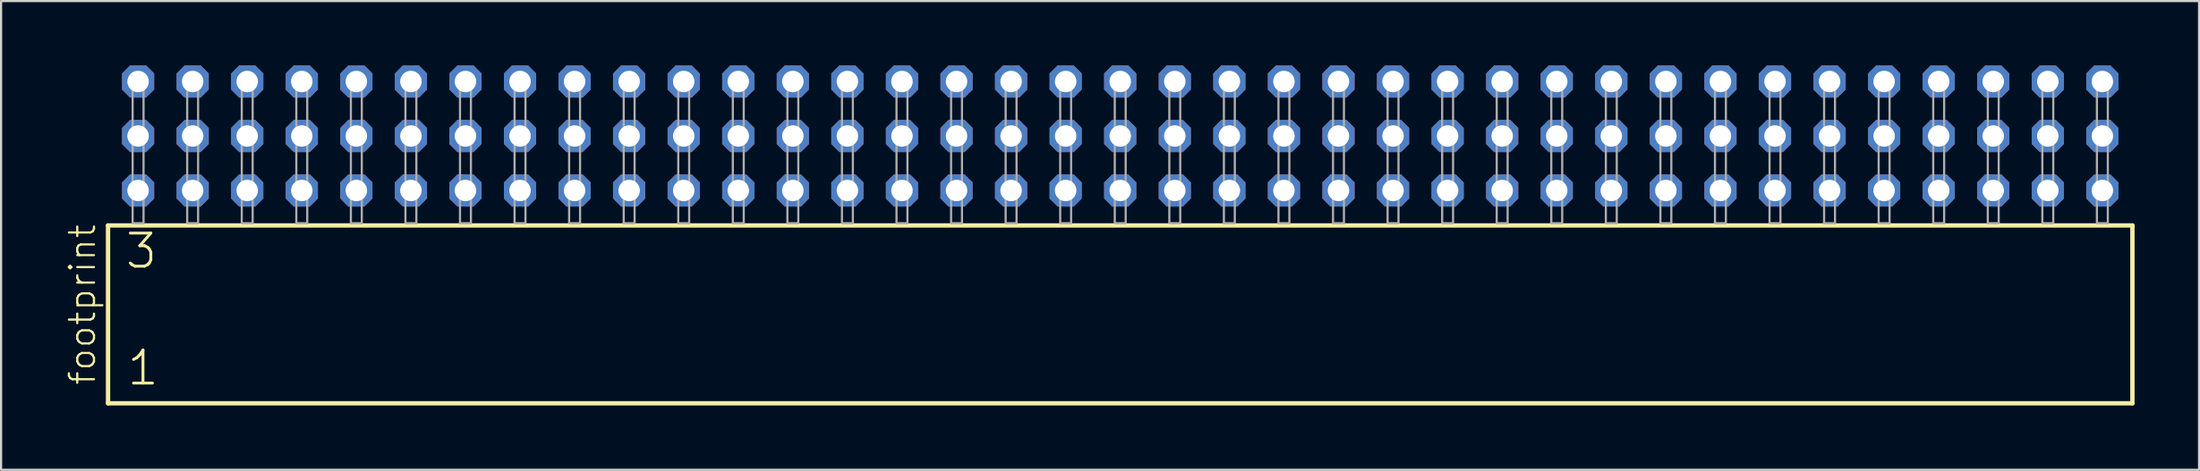
<source format=kicad_pcb>
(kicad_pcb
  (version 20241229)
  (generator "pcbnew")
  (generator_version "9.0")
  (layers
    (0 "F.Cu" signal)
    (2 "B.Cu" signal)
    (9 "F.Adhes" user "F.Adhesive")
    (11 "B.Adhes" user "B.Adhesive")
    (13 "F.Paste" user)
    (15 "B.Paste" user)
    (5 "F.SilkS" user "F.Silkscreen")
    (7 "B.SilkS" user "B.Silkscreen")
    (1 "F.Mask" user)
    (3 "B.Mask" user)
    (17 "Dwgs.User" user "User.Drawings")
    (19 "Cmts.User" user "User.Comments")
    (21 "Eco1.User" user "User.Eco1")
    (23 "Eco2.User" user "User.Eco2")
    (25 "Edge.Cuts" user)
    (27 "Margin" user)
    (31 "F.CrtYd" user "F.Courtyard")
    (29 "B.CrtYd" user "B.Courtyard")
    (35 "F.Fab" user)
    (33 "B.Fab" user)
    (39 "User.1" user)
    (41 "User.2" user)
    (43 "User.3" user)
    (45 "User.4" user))
  (footprint "footprint"
    (layer "F.Cu")
    (at 49.098 7.354)
    (property "Reference" "footprint" (at -47.625 7.62 90) (layer "F.SilkS") (effects (font (size 1.168 1.168) (thickness 0.102)) (justify left bottom)))
    (fp_line (start -47.119 0.106) (end -47.119 8.396) (stroke (width 0.203) (type solid)) (layer "F.SilkS"))
    (fp_line (start -47.119 8.396) (end 47.119 8.396) (stroke (width 0.203) (type solid)) (layer "F.SilkS"))
    (fp_line (start 47.119 0.106) (end -47.119 0.106) (stroke (width 0.203) (type solid)) (layer "F.SilkS"))
    (fp_line (start 47.119 8.396) (end 47.119 0.106) (stroke (width 0.203) (type solid)) (layer "F.SilkS"))
    (fp_poly (pts (xy -45.974 0) (xy -45.466 0) (xy -45.466 -6.858) (xy -45.974 -6.858)) (stroke (width 0.1) (type solid)) (fill no) (layer "F.Fab"))
    (fp_poly (pts (xy -43.434 0) (xy -42.926 0) (xy -42.926 -6.858) (xy -43.434 -6.858)) (stroke (width 0.1) (type solid)) (fill no) (layer "F.Fab"))
    (fp_poly (pts (xy -40.894 0) (xy -40.386 0) (xy -40.386 -6.858) (xy -40.894 -6.858)) (stroke (width 0.1) (type solid)) (fill no) (layer "F.Fab"))
    (fp_poly (pts (xy -38.354 0) (xy -37.846 0) (xy -37.846 -6.858) (xy -38.354 -6.858)) (stroke (width 0.1) (type solid)) (fill no) (layer "F.Fab"))
    (fp_poly (pts (xy -35.814 0) (xy -35.306 0) (xy -35.306 -6.858) (xy -35.814 -6.858)) (stroke (width 0.1) (type solid)) (fill no) (layer "F.Fab"))
    (fp_poly (pts (xy -33.274 0) (xy -32.766 0) (xy -32.766 -6.858) (xy -33.274 -6.858)) (stroke (width 0.1) (type solid)) (fill no) (layer "F.Fab"))
    (fp_poly (pts (xy -30.734 0) (xy -30.226 0) (xy -30.226 -6.858) (xy -30.734 -6.858)) (stroke (width 0.1) (type solid)) (fill no) (layer "F.Fab"))
    (fp_poly (pts (xy -28.194 0) (xy -27.686 0) (xy -27.686 -6.858) (xy -28.194 -6.858)) (stroke (width 0.1) (type solid)) (fill no) (layer "F.Fab"))
    (fp_poly (pts (xy -25.654 0) (xy -25.146 0) (xy -25.146 -6.858) (xy -25.654 -6.858)) (stroke (width 0.1) (type solid)) (fill no) (layer "F.Fab"))
    (fp_poly (pts (xy -23.114 0) (xy -22.606 0) (xy -22.606 -6.858) (xy -23.114 -6.858)) (stroke (width 0.1) (type solid)) (fill no) (layer "F.Fab"))
    (fp_poly (pts (xy -20.574 0) (xy -20.066 0) (xy -20.066 -6.858) (xy -20.574 -6.858)) (stroke (width 0.1) (type solid)) (fill no) (layer "F.Fab"))
    (fp_poly (pts (xy -18.034 0) (xy -17.526 0) (xy -17.526 -6.858) (xy -18.034 -6.858)) (stroke (width 0.1) (type solid)) (fill no) (layer "F.Fab"))
    (fp_poly (pts (xy -15.494 0) (xy -14.986 0) (xy -14.986 -6.858) (xy -15.494 -6.858)) (stroke (width 0.1) (type solid)) (fill no) (layer "F.Fab"))
    (fp_poly (pts (xy -12.954 0) (xy -12.446 0) (xy -12.446 -6.858) (xy -12.954 -6.858)) (stroke (width 0.1) (type solid)) (fill no) (layer "F.Fab"))
    (fp_poly (pts (xy -10.414 0) (xy -9.906 0) (xy -9.906 -6.858) (xy -10.414 -6.858)) (stroke (width 0.1) (type solid)) (fill no) (layer "F.Fab"))
    (fp_poly (pts (xy -7.874 0) (xy -7.366 0) (xy -7.366 -6.858) (xy -7.874 -6.858)) (stroke (width 0.1) (type solid)) (fill no) (layer "F.Fab"))
    (fp_poly (pts (xy -5.334 0) (xy -4.826 0) (xy -4.826 -6.858) (xy -5.334 -6.858)) (stroke (width 0.1) (type solid)) (fill no) (layer "F.Fab"))
    (fp_poly (pts (xy -2.794 0) (xy -2.286 0) (xy -2.286 -6.858) (xy -2.794 -6.858)) (stroke (width 0.1) (type solid)) (fill no) (layer "F.Fab"))
    (fp_poly (pts (xy -0.254 0) (xy 0.254 0) (xy 0.254 -6.858) (xy -0.254 -6.858)) (stroke (width 0.1) (type solid)) (fill no) (layer "F.Fab"))
    (fp_poly (pts (xy 2.286 0) (xy 2.794 0) (xy 2.794 -6.858) (xy 2.286 -6.858)) (stroke (width 0.1) (type solid)) (fill no) (layer "F.Fab"))
    (fp_poly (pts (xy 4.826 0) (xy 5.334 0) (xy 5.334 -6.858) (xy 4.826 -6.858)) (stroke (width 0.1) (type solid)) (fill no) (layer "F.Fab"))
    (fp_poly (pts (xy 7.366 0) (xy 7.874 0) (xy 7.874 -6.858) (xy 7.366 -6.858)) (stroke (width 0.1) (type solid)) (fill no) (layer "F.Fab"))
    (fp_poly (pts (xy 9.906 0) (xy 10.414 0) (xy 10.414 -6.858) (xy 9.906 -6.858)) (stroke (width 0.1) (type solid)) (fill no) (layer "F.Fab"))
    (fp_poly (pts (xy 12.446 0) (xy 12.954 0) (xy 12.954 -6.858) (xy 12.446 -6.858)) (stroke (width 0.1) (type solid)) (fill no) (layer "F.Fab"))
    (fp_poly (pts (xy 14.986 0) (xy 15.494 0) (xy 15.494 -6.858) (xy 14.986 -6.858)) (stroke (width 0.1) (type solid)) (fill no) (layer "F.Fab"))
    (fp_poly (pts (xy 17.526 0) (xy 18.034 0) (xy 18.034 -6.858) (xy 17.526 -6.858)) (stroke (width 0.1) (type solid)) (fill no) (layer "F.Fab"))
    (fp_poly (pts (xy 20.066 0) (xy 20.574 0) (xy 20.574 -6.858) (xy 20.066 -6.858)) (stroke (width 0.1) (type solid)) (fill no) (layer "F.Fab"))
    (fp_poly (pts (xy 22.606 0) (xy 23.114 0) (xy 23.114 -6.858) (xy 22.606 -6.858)) (stroke (width 0.1) (type solid)) (fill no) (layer "F.Fab"))
    (fp_poly (pts (xy 25.146 0) (xy 25.654 0) (xy 25.654 -6.858) (xy 25.146 -6.858)) (stroke (width 0.1) (type solid)) (fill no) (layer "F.Fab"))
    (fp_poly (pts (xy 27.686 0) (xy 28.194 0) (xy 28.194 -6.858) (xy 27.686 -6.858)) (stroke (width 0.1) (type solid)) (fill no) (layer "F.Fab"))
    (fp_poly (pts (xy 30.226 0) (xy 30.734 0) (xy 30.734 -6.858) (xy 30.226 -6.858)) (stroke (width 0.1) (type solid)) (fill no) (layer "F.Fab"))
    (fp_poly (pts (xy 32.766 0) (xy 33.274 0) (xy 33.274 -6.858) (xy 32.766 -6.858)) (stroke (width 0.1) (type solid)) (fill no) (layer "F.Fab"))
    (fp_poly (pts (xy 35.306 0) (xy 35.814 0) (xy 35.814 -6.858) (xy 35.306 -6.858)) (stroke (width 0.1) (type solid)) (fill no) (layer "F.Fab"))
    (fp_poly (pts (xy 37.846 0) (xy 38.354 0) (xy 38.354 -6.858) (xy 37.846 -6.858)) (stroke (width 0.1) (type solid)) (fill no) (layer "F.Fab"))
    (fp_poly (pts (xy 40.386 0) (xy 40.894 0) (xy 40.894 -6.858) (xy 40.386 -6.858)) (stroke (width 0.1) (type solid)) (fill no) (layer "F.Fab"))
    (fp_poly (pts (xy 42.926 0) (xy 43.434 0) (xy 43.434 -6.858) (xy 42.926 -6.858)) (stroke (width 0.1) (type solid)) (fill no) (layer "F.Fab"))
    (fp_poly (pts (xy 45.466 0) (xy 45.974 0) (xy 45.974 -6.858) (xy 45.466 -6.858)) (stroke (width 0.1) (type solid)) (fill no) (layer "F.Fab"))
    (fp_text user "3" (at -46.39 2.2 0) (layer "F.SilkS") (effects (font (size 1.542 1.542) (thickness 0.134)) (justify left bottom)))
    (fp_text user "1" (at -46.315 7.65 0) (layer "F.SilkS") (effects (font (size 1.542 1.542) (thickness 0.134)) (justify left bottom)))
    (pad "1" thru_hole roundrect (at -45.72 -1.524) (size 1.5 1.5) (drill 1) (layers "*.Cu" "*.Mask") (roundrect_rratio 0.25) (chamfer_ratio 0.25) (chamfer top_left top_right bottom_left bottom_right))
    (pad "2" thru_hole roundrect (at -45.72 -4.064) (size 1.5 1.5) (drill 1) (layers "*.Cu" "*.Mask") (roundrect_rratio 0.25) (chamfer_ratio 0.25) (chamfer top_left top_right bottom_left bottom_right))
    (pad "3" thru_hole roundrect (at -45.72 -6.604) (size 1.5 1.5) (drill 1) (layers "*.Cu" "*.Mask") (roundrect_rratio 0.25) (chamfer_ratio 0.25) (chamfer top_left top_right bottom_left bottom_right))
    (pad "4" thru_hole roundrect (at -43.18 -1.524) (size 1.5 1.5) (drill 1) (layers "*.Cu" "*.Mask") (roundrect_rratio 0.25) (chamfer_ratio 0.25) (chamfer top_left top_right bottom_left bottom_right))
    (pad "5" thru_hole roundrect (at -43.18 -4.064) (size 1.5 1.5) (drill 1) (layers "*.Cu" "*.Mask") (roundrect_rratio 0.25) (chamfer_ratio 0.25) (chamfer top_left top_right bottom_left bottom_right))
    (pad "6" thru_hole roundrect (at -43.18 -6.604) (size 1.5 1.5) (drill 1) (layers "*.Cu" "*.Mask") (roundrect_rratio 0.25) (chamfer_ratio 0.25) (chamfer top_left top_right bottom_left bottom_right))
    (pad "7" thru_hole roundrect (at -40.64 -1.524) (size 1.5 1.5) (drill 1) (layers "*.Cu" "*.Mask") (roundrect_rratio 0.25) (chamfer_ratio 0.25) (chamfer top_left top_right bottom_left bottom_right))
    (pad "8" thru_hole roundrect (at -40.64 -4.064) (size 1.5 1.5) (drill 1) (layers "*.Cu" "*.Mask") (roundrect_rratio 0.25) (chamfer_ratio 0.25) (chamfer top_left top_right bottom_left bottom_right))
    (pad "9" thru_hole roundrect (at -40.64 -6.604) (size 1.5 1.5) (drill 1) (layers "*.Cu" "*.Mask") (roundrect_rratio 0.25) (chamfer_ratio 0.25) (chamfer top_left top_right bottom_left bottom_right))
    (pad "10" thru_hole roundrect (at -38.1 -1.524) (size 1.5 1.5) (drill 1) (layers "*.Cu" "*.Mask") (roundrect_rratio 0.25) (chamfer_ratio 0.25) (chamfer top_left top_right bottom_left bottom_right))
    (pad "11" thru_hole roundrect (at -38.1 -4.064) (size 1.5 1.5) (drill 1) (layers "*.Cu" "*.Mask") (roundrect_rratio 0.25) (chamfer_ratio 0.25) (chamfer top_left top_right bottom_left bottom_right))
    (pad "12" thru_hole roundrect (at -38.1 -6.604) (size 1.5 1.5) (drill 1) (layers "*.Cu" "*.Mask") (roundrect_rratio 0.25) (chamfer_ratio 0.25) (chamfer top_left top_right bottom_left bottom_right))
    (pad "13" thru_hole roundrect (at -35.56 -1.524) (size 1.5 1.5) (drill 1) (layers "*.Cu" "*.Mask") (roundrect_rratio 0.25) (chamfer_ratio 0.25) (chamfer top_left top_right bottom_left bottom_right))
    (pad "14" thru_hole roundrect (at -35.56 -4.064) (size 1.5 1.5) (drill 1) (layers "*.Cu" "*.Mask") (roundrect_rratio 0.25) (chamfer_ratio 0.25) (chamfer top_left top_right bottom_left bottom_right))
    (pad "15" thru_hole roundrect (at -35.56 -6.604) (size 1.5 1.5) (drill 1) (layers "*.Cu" "*.Mask") (roundrect_rratio 0.25) (chamfer_ratio 0.25) (chamfer top_left top_right bottom_left bottom_right))
    (pad "16" thru_hole roundrect (at -33.02 -1.524) (size 1.5 1.5) (drill 1) (layers "*.Cu" "*.Mask") (roundrect_rratio 0.25) (chamfer_ratio 0.25) (chamfer top_left top_right bottom_left bottom_right))
    (pad "17" thru_hole roundrect (at -33.02 -4.064) (size 1.5 1.5) (drill 1) (layers "*.Cu" "*.Mask") (roundrect_rratio 0.25) (chamfer_ratio 0.25) (chamfer top_left top_right bottom_left bottom_right))
    (pad "18" thru_hole roundrect (at -33.02 -6.604) (size 1.5 1.5) (drill 1) (layers "*.Cu" "*.Mask") (roundrect_rratio 0.25) (chamfer_ratio 0.25) (chamfer top_left top_right bottom_left bottom_right))
    (pad "19" thru_hole roundrect (at -30.48 -1.524) (size 1.5 1.5) (drill 1) (layers "*.Cu" "*.Mask") (roundrect_rratio 0.25) (chamfer_ratio 0.25) (chamfer top_left top_right bottom_left bottom_right))
    (pad "20" thru_hole roundrect (at -30.48 -4.064) (size 1.5 1.5) (drill 1) (layers "*.Cu" "*.Mask") (roundrect_rratio 0.25) (chamfer_ratio 0.25) (chamfer top_left top_right bottom_left bottom_right))
    (pad "21" thru_hole roundrect (at -30.48 -6.604) (size 1.5 1.5) (drill 1) (layers "*.Cu" "*.Mask") (roundrect_rratio 0.25) (chamfer_ratio 0.25) (chamfer top_left top_right bottom_left bottom_right))
    (pad "22" thru_hole roundrect (at -27.94 -1.524) (size 1.5 1.5) (drill 1) (layers "*.Cu" "*.Mask") (roundrect_rratio 0.25) (chamfer_ratio 0.25) (chamfer top_left top_right bottom_left bottom_right))
    (pad "23" thru_hole roundrect (at -27.94 -4.064) (size 1.5 1.5) (drill 1) (layers "*.Cu" "*.Mask") (roundrect_rratio 0.25) (chamfer_ratio 0.25) (chamfer top_left top_right bottom_left bottom_right))
    (pad "24" thru_hole roundrect (at -27.94 -6.604) (size 1.5 1.5) (drill 1) (layers "*.Cu" "*.Mask") (roundrect_rratio 0.25) (chamfer_ratio 0.25) (chamfer top_left top_right bottom_left bottom_right))
    (pad "25" thru_hole roundrect (at -25.4 -1.524) (size 1.5 1.5) (drill 1) (layers "*.Cu" "*.Mask") (roundrect_rratio 0.25) (chamfer_ratio 0.25) (chamfer top_left top_right bottom_left bottom_right))
    (pad "26" thru_hole roundrect (at -25.4 -4.064) (size 1.5 1.5) (drill 1) (layers "*.Cu" "*.Mask") (roundrect_rratio 0.25) (chamfer_ratio 0.25) (chamfer top_left top_right bottom_left bottom_right))
    (pad "27" thru_hole roundrect (at -25.4 -6.604) (size 1.5 1.5) (drill 1) (layers "*.Cu" "*.Mask") (roundrect_rratio 0.25) (chamfer_ratio 0.25) (chamfer top_left top_right bottom_left bottom_right))
    (pad "28" thru_hole roundrect (at -22.86 -1.524) (size 1.5 1.5) (drill 1) (layers "*.Cu" "*.Mask") (roundrect_rratio 0.25) (chamfer_ratio 0.25) (chamfer top_left top_right bottom_left bottom_right))
    (pad "29" thru_hole roundrect (at -22.86 -4.064) (size 1.5 1.5) (drill 1) (layers "*.Cu" "*.Mask") (roundrect_rratio 0.25) (chamfer_ratio 0.25) (chamfer top_left top_right bottom_left bottom_right))
    (pad "30" thru_hole roundrect (at -22.86 -6.604) (size 1.5 1.5) (drill 1) (layers "*.Cu" "*.Mask") (roundrect_rratio 0.25) (chamfer_ratio 0.25) (chamfer top_left top_right bottom_left bottom_right))
    (pad "31" thru_hole roundrect (at -20.32 -1.524) (size 1.5 1.5) (drill 1) (layers "*.Cu" "*.Mask") (roundrect_rratio 0.25) (chamfer_ratio 0.25) (chamfer top_left top_right bottom_left bottom_right))
    (pad "32" thru_hole roundrect (at -20.32 -4.064) (size 1.5 1.5) (drill 1) (layers "*.Cu" "*.Mask") (roundrect_rratio 0.25) (chamfer_ratio 0.25) (chamfer top_left top_right bottom_left bottom_right))
    (pad "33" thru_hole roundrect (at -20.32 -6.604) (size 1.5 1.5) (drill 1) (layers "*.Cu" "*.Mask") (roundrect_rratio 0.25) (chamfer_ratio 0.25) (chamfer top_left top_right bottom_left bottom_right))
    (pad "34" thru_hole roundrect (at -17.78 -1.524) (size 1.5 1.5) (drill 1) (layers "*.Cu" "*.Mask") (roundrect_rratio 0.25) (chamfer_ratio 0.25) (chamfer top_left top_right bottom_left bottom_right))
    (pad "35" thru_hole roundrect (at -17.78 -4.064) (size 1.5 1.5) (drill 1) (layers "*.Cu" "*.Mask") (roundrect_rratio 0.25) (chamfer_ratio 0.25) (chamfer top_left top_right bottom_left bottom_right))
    (pad "36" thru_hole roundrect (at -17.78 -6.604) (size 1.5 1.5) (drill 1) (layers "*.Cu" "*.Mask") (roundrect_rratio 0.25) (chamfer_ratio 0.25) (chamfer top_left top_right bottom_left bottom_right))
    (pad "37" thru_hole roundrect (at -15.24 -1.524) (size 1.5 1.5) (drill 1) (layers "*.Cu" "*.Mask") (roundrect_rratio 0.25) (chamfer_ratio 0.25) (chamfer top_left top_right bottom_left bottom_right))
    (pad "38" thru_hole roundrect (at -15.24 -4.064) (size 1.5 1.5) (drill 1) (layers "*.Cu" "*.Mask") (roundrect_rratio 0.25) (chamfer_ratio 0.25) (chamfer top_left top_right bottom_left bottom_right))
    (pad "39" thru_hole roundrect (at -15.24 -6.604) (size 1.5 1.5) (drill 1) (layers "*.Cu" "*.Mask") (roundrect_rratio 0.25) (chamfer_ratio 0.25) (chamfer top_left top_right bottom_left bottom_right))
    (pad "40" thru_hole roundrect (at -12.7 -1.524) (size 1.5 1.5) (drill 1) (layers "*.Cu" "*.Mask") (roundrect_rratio 0.25) (chamfer_ratio 0.25) (chamfer top_left top_right bottom_left bottom_right))
    (pad "41" thru_hole roundrect (at -12.7 -4.064) (size 1.5 1.5) (drill 1) (layers "*.Cu" "*.Mask") (roundrect_rratio 0.25) (chamfer_ratio 0.25) (chamfer top_left top_right bottom_left bottom_right))
    (pad "42" thru_hole roundrect (at -12.7 -6.604) (size 1.5 1.5) (drill 1) (layers "*.Cu" "*.Mask") (roundrect_rratio 0.25) (chamfer_ratio 0.25) (chamfer top_left top_right bottom_left bottom_right))
    (pad "43" thru_hole roundrect (at -10.16 -1.524) (size 1.5 1.5) (drill 1) (layers "*.Cu" "*.Mask") (roundrect_rratio 0.25) (chamfer_ratio 0.25) (chamfer top_left top_right bottom_left bottom_right))
    (pad "44" thru_hole roundrect (at -10.16 -4.064) (size 1.5 1.5) (drill 1) (layers "*.Cu" "*.Mask") (roundrect_rratio 0.25) (chamfer_ratio 0.25) (chamfer top_left top_right bottom_left bottom_right))
    (pad "45" thru_hole roundrect (at -10.16 -6.604) (size 1.5 1.5) (drill 1) (layers "*.Cu" "*.Mask") (roundrect_rratio 0.25) (chamfer_ratio 0.25) (chamfer top_left top_right bottom_left bottom_right))
    (pad "46" thru_hole roundrect (at -7.62 -1.524) (size 1.5 1.5) (drill 1) (layers "*.Cu" "*.Mask") (roundrect_rratio 0.25) (chamfer_ratio 0.25) (chamfer top_left top_right bottom_left bottom_right))
    (pad "47" thru_hole roundrect (at -7.62 -4.064) (size 1.5 1.5) (drill 1) (layers "*.Cu" "*.Mask") (roundrect_rratio 0.25) (chamfer_ratio 0.25) (chamfer top_left top_right bottom_left bottom_right))
    (pad "48" thru_hole roundrect (at -7.62 -6.604) (size 1.5 1.5) (drill 1) (layers "*.Cu" "*.Mask") (roundrect_rratio 0.25) (chamfer_ratio 0.25) (chamfer top_left top_right bottom_left bottom_right))
    (pad "49" thru_hole roundrect (at -5.08 -1.524) (size 1.5 1.5) (drill 1) (layers "*.Cu" "*.Mask") (roundrect_rratio 0.25) (chamfer_ratio 0.25) (chamfer top_left top_right bottom_left bottom_right))
    (pad "50" thru_hole roundrect (at -5.08 -4.064) (size 1.5 1.5) (drill 1) (layers "*.Cu" "*.Mask") (roundrect_rratio 0.25) (chamfer_ratio 0.25) (chamfer top_left top_right bottom_left bottom_right))
    (pad "51" thru_hole roundrect (at -5.08 -6.604) (size 1.5 1.5) (drill 1) (layers "*.Cu" "*.Mask") (roundrect_rratio 0.25) (chamfer_ratio 0.25) (chamfer top_left top_right bottom_left bottom_right))
    (pad "52" thru_hole roundrect (at -2.54 -1.524) (size 1.5 1.5) (drill 1) (layers "*.Cu" "*.Mask") (roundrect_rratio 0.25) (chamfer_ratio 0.25) (chamfer top_left top_right bottom_left bottom_right))
    (pad "53" thru_hole roundrect (at -2.54 -4.064) (size 1.5 1.5) (drill 1) (layers "*.Cu" "*.Mask") (roundrect_rratio 0.25) (chamfer_ratio 0.25) (chamfer top_left top_right bottom_left bottom_right))
    (pad "54" thru_hole roundrect (at -2.54 -6.604) (size 1.5 1.5) (drill 1) (layers "*.Cu" "*.Mask") (roundrect_rratio 0.25) (chamfer_ratio 0.25) (chamfer top_left top_right bottom_left bottom_right))
    (pad "55" thru_hole roundrect (at 0 -1.524) (size 1.5 1.5) (drill 1) (layers "*.Cu" "*.Mask") (roundrect_rratio 0.25) (chamfer_ratio 0.25) (chamfer top_left top_right bottom_left bottom_right))
    (pad "56" thru_hole roundrect (at 0 -4.064) (size 1.5 1.5) (drill 1) (layers "*.Cu" "*.Mask") (roundrect_rratio 0.25) (chamfer_ratio 0.25) (chamfer top_left top_right bottom_left bottom_right))
    (pad "57" thru_hole roundrect (at 0 -6.604) (size 1.5 1.5) (drill 1) (layers "*.Cu" "*.Mask") (roundrect_rratio 0.25) (chamfer_ratio 0.25) (chamfer top_left top_right bottom_left bottom_right))
    (pad "58" thru_hole roundrect (at 2.54 -1.524) (size 1.5 1.5) (drill 1) (layers "*.Cu" "*.Mask") (roundrect_rratio 0.25) (chamfer_ratio 0.25) (chamfer top_left top_right bottom_left bottom_right))
    (pad "59" thru_hole roundrect (at 2.54 -4.064) (size 1.5 1.5) (drill 1) (layers "*.Cu" "*.Mask") (roundrect_rratio 0.25) (chamfer_ratio 0.25) (chamfer top_left top_right bottom_left bottom_right))
    (pad "60" thru_hole roundrect (at 2.54 -6.604) (size 1.5 1.5) (drill 1) (layers "*.Cu" "*.Mask") (roundrect_rratio 0.25) (chamfer_ratio 0.25) (chamfer top_left top_right bottom_left bottom_right))
    (pad "61" thru_hole roundrect (at 5.08 -1.524) (size 1.5 1.5) (drill 1) (layers "*.Cu" "*.Mask") (roundrect_rratio 0.25) (chamfer_ratio 0.25) (chamfer top_left top_right bottom_left bottom_right))
    (pad "62" thru_hole roundrect (at 5.08 -4.064) (size 1.5 1.5) (drill 1) (layers "*.Cu" "*.Mask") (roundrect_rratio 0.25) (chamfer_ratio 0.25) (chamfer top_left top_right bottom_left bottom_right))
    (pad "63" thru_hole roundrect (at 5.08 -6.604) (size 1.5 1.5) (drill 1) (layers "*.Cu" "*.Mask") (roundrect_rratio 0.25) (chamfer_ratio 0.25) (chamfer top_left top_right bottom_left bottom_right))
    (pad "64" thru_hole roundrect (at 7.62 -1.524) (size 1.5 1.5) (drill 1) (layers "*.Cu" "*.Mask") (roundrect_rratio 0.25) (chamfer_ratio 0.25) (chamfer top_left top_right bottom_left bottom_right))
    (pad "65" thru_hole roundrect (at 7.62 -4.064) (size 1.5 1.5) (drill 1) (layers "*.Cu" "*.Mask") (roundrect_rratio 0.25) (chamfer_ratio 0.25) (chamfer top_left top_right bottom_left bottom_right))
    (pad "66" thru_hole roundrect (at 7.62 -6.604) (size 1.5 1.5) (drill 1) (layers "*.Cu" "*.Mask") (roundrect_rratio 0.25) (chamfer_ratio 0.25) (chamfer top_left top_right bottom_left bottom_right))
    (pad "67" thru_hole roundrect (at 10.16 -1.524) (size 1.5 1.5) (drill 1) (layers "*.Cu" "*.Mask") (roundrect_rratio 0.25) (chamfer_ratio 0.25) (chamfer top_left top_right bottom_left bottom_right))
    (pad "68" thru_hole roundrect (at 10.16 -4.064) (size 1.5 1.5) (drill 1) (layers "*.Cu" "*.Mask") (roundrect_rratio 0.25) (chamfer_ratio 0.25) (chamfer top_left top_right bottom_left bottom_right))
    (pad "69" thru_hole roundrect (at 10.16 -6.604) (size 1.5 1.5) (drill 1) (layers "*.Cu" "*.Mask") (roundrect_rratio 0.25) (chamfer_ratio 0.25) (chamfer top_left top_right bottom_left bottom_right))
    (pad "70" thru_hole roundrect (at 12.7 -1.524) (size 1.5 1.5) (drill 1) (layers "*.Cu" "*.Mask") (roundrect_rratio 0.25) (chamfer_ratio 0.25) (chamfer top_left top_right bottom_left bottom_right))
    (pad "71" thru_hole roundrect (at 12.7 -4.064) (size 1.5 1.5) (drill 1) (layers "*.Cu" "*.Mask") (roundrect_rratio 0.25) (chamfer_ratio 0.25) (chamfer top_left top_right bottom_left bottom_right))
    (pad "72" thru_hole roundrect (at 12.7 -6.604) (size 1.5 1.5) (drill 1) (layers "*.Cu" "*.Mask") (roundrect_rratio 0.25) (chamfer_ratio 0.25) (chamfer top_left top_right bottom_left bottom_right))
    (pad "73" thru_hole roundrect (at 15.24 -1.524) (size 1.5 1.5) (drill 1) (layers "*.Cu" "*.Mask") (roundrect_rratio 0.25) (chamfer_ratio 0.25) (chamfer top_left top_right bottom_left bottom_right))
    (pad "74" thru_hole roundrect (at 15.24 -4.064) (size 1.5 1.5) (drill 1) (layers "*.Cu" "*.Mask") (roundrect_rratio 0.25) (chamfer_ratio 0.25) (chamfer top_left top_right bottom_left bottom_right))
    (pad "75" thru_hole roundrect (at 15.24 -6.604) (size 1.5 1.5) (drill 1) (layers "*.Cu" "*.Mask") (roundrect_rratio 0.25) (chamfer_ratio 0.25) (chamfer top_left top_right bottom_left bottom_right))
    (pad "76" thru_hole roundrect (at 17.78 -1.524) (size 1.5 1.5) (drill 1) (layers "*.Cu" "*.Mask") (roundrect_rratio 0.25) (chamfer_ratio 0.25) (chamfer top_left top_right bottom_left bottom_right))
    (pad "77" thru_hole roundrect (at 17.78 -4.064) (size 1.5 1.5) (drill 1) (layers "*.Cu" "*.Mask") (roundrect_rratio 0.25) (chamfer_ratio 0.25) (chamfer top_left top_right bottom_left bottom_right))
    (pad "78" thru_hole roundrect (at 17.78 -6.604) (size 1.5 1.5) (drill 1) (layers "*.Cu" "*.Mask") (roundrect_rratio 0.25) (chamfer_ratio 0.25) (chamfer top_left top_right bottom_left bottom_right))
    (pad "79" thru_hole roundrect (at 20.32 -1.524) (size 1.5 1.5) (drill 1) (layers "*.Cu" "*.Mask") (roundrect_rratio 0.25) (chamfer_ratio 0.25) (chamfer top_left top_right bottom_left bottom_right))
    (pad "80" thru_hole roundrect (at 20.32 -4.064) (size 1.5 1.5) (drill 1) (layers "*.Cu" "*.Mask") (roundrect_rratio 0.25) (chamfer_ratio 0.25) (chamfer top_left top_right bottom_left bottom_right))
    (pad "81" thru_hole roundrect (at 20.32 -6.604) (size 1.5 1.5) (drill 1) (layers "*.Cu" "*.Mask") (roundrect_rratio 0.25) (chamfer_ratio 0.25) (chamfer top_left top_right bottom_left bottom_right))
    (pad "82" thru_hole roundrect (at 22.86 -1.524) (size 1.5 1.5) (drill 1) (layers "*.Cu" "*.Mask") (roundrect_rratio 0.25) (chamfer_ratio 0.25) (chamfer top_left top_right bottom_left bottom_right))
    (pad "83" thru_hole roundrect (at 22.86 -4.064) (size 1.5 1.5) (drill 1) (layers "*.Cu" "*.Mask") (roundrect_rratio 0.25) (chamfer_ratio 0.25) (chamfer top_left top_right bottom_left bottom_right))
    (pad "84" thru_hole roundrect (at 22.86 -6.604) (size 1.5 1.5) (drill 1) (layers "*.Cu" "*.Mask") (roundrect_rratio 0.25) (chamfer_ratio 0.25) (chamfer top_left top_right bottom_left bottom_right))
    (pad "85" thru_hole roundrect (at 25.4 -1.524) (size 1.5 1.5) (drill 1) (layers "*.Cu" "*.Mask") (roundrect_rratio 0.25) (chamfer_ratio 0.25) (chamfer top_left top_right bottom_left bottom_right))
    (pad "86" thru_hole roundrect (at 25.4 -4.064) (size 1.5 1.5) (drill 1) (layers "*.Cu" "*.Mask") (roundrect_rratio 0.25) (chamfer_ratio 0.25) (chamfer top_left top_right bottom_left bottom_right))
    (pad "87" thru_hole roundrect (at 25.4 -6.604) (size 1.5 1.5) (drill 1) (layers "*.Cu" "*.Mask") (roundrect_rratio 0.25) (chamfer_ratio 0.25) (chamfer top_left top_right bottom_left bottom_right))
    (pad "88" thru_hole roundrect (at 27.94 -1.524) (size 1.5 1.5) (drill 1) (layers "*.Cu" "*.Mask") (roundrect_rratio 0.25) (chamfer_ratio 0.25) (chamfer top_left top_right bottom_left bottom_right))
    (pad "89" thru_hole roundrect (at 27.94 -4.064) (size 1.5 1.5) (drill 1) (layers "*.Cu" "*.Mask") (roundrect_rratio 0.25) (chamfer_ratio 0.25) (chamfer top_left top_right bottom_left bottom_right))
    (pad "90" thru_hole roundrect (at 27.94 -6.604) (size 1.5 1.5) (drill 1) (layers "*.Cu" "*.Mask") (roundrect_rratio 0.25) (chamfer_ratio 0.25) (chamfer top_left top_right bottom_left bottom_right))
    (pad "91" thru_hole roundrect (at 30.48 -1.524) (size 1.5 1.5) (drill 1) (layers "*.Cu" "*.Mask") (roundrect_rratio 0.25) (chamfer_ratio 0.25) (chamfer top_left top_right bottom_left bottom_right))
    (pad "92" thru_hole roundrect (at 30.48 -4.064) (size 1.5 1.5) (drill 1) (layers "*.Cu" "*.Mask") (roundrect_rratio 0.25) (chamfer_ratio 0.25) (chamfer top_left top_right bottom_left bottom_right))
    (pad "93" thru_hole roundrect (at 30.48 -6.604) (size 1.5 1.5) (drill 1) (layers "*.Cu" "*.Mask") (roundrect_rratio 0.25) (chamfer_ratio 0.25) (chamfer top_left top_right bottom_left bottom_right))
    (pad "94" thru_hole roundrect (at 33.02 -1.524) (size 1.5 1.5) (drill 1) (layers "*.Cu" "*.Mask") (roundrect_rratio 0.25) (chamfer_ratio 0.25) (chamfer top_left top_right bottom_left bottom_right))
    (pad "95" thru_hole roundrect (at 33.02 -4.064) (size 1.5 1.5) (drill 1) (layers "*.Cu" "*.Mask") (roundrect_rratio 0.25) (chamfer_ratio 0.25) (chamfer top_left top_right bottom_left bottom_right))
    (pad "96" thru_hole roundrect (at 33.02 -6.604) (size 1.5 1.5) (drill 1) (layers "*.Cu" "*.Mask") (roundrect_rratio 0.25) (chamfer_ratio 0.25) (chamfer top_left top_right bottom_left bottom_right))
    (pad "97" thru_hole roundrect (at 35.56 -1.524) (size 1.5 1.5) (drill 1) (layers "*.Cu" "*.Mask") (roundrect_rratio 0.25) (chamfer_ratio 0.25) (chamfer top_left top_right bottom_left bottom_right))
    (pad "98" thru_hole roundrect (at 35.56 -4.064) (size 1.5 1.5) (drill 1) (layers "*.Cu" "*.Mask") (roundrect_rratio 0.25) (chamfer_ratio 0.25) (chamfer top_left top_right bottom_left bottom_right))
    (pad "99" thru_hole roundrect (at 35.56 -6.604) (size 1.5 1.5) (drill 1) (layers "*.Cu" "*.Mask") (roundrect_rratio 0.25) (chamfer_ratio 0.25) (chamfer top_left top_right bottom_left bottom_right))
    (pad "100" thru_hole roundrect (at 38.1 -1.524) (size 1.5 1.5) (drill 1) (layers "*.Cu" "*.Mask") (roundrect_rratio 0.25) (chamfer_ratio 0.25) (chamfer top_left top_right bottom_left bottom_right))
    (pad "101" thru_hole roundrect (at 38.1 -4.064) (size 1.5 1.5) (drill 1) (layers "*.Cu" "*.Mask") (roundrect_rratio 0.25) (chamfer_ratio 0.25) (chamfer top_left top_right bottom_left bottom_right))
    (pad "102" thru_hole roundrect (at 38.1 -6.604) (size 1.5 1.5) (drill 1) (layers "*.Cu" "*.Mask") (roundrect_rratio 0.25) (chamfer_ratio 0.25) (chamfer top_left top_right bottom_left bottom_right))
    (pad "103" thru_hole roundrect (at 40.64 -1.524) (size 1.5 1.5) (drill 1) (layers "*.Cu" "*.Mask") (roundrect_rratio 0.25) (chamfer_ratio 0.25) (chamfer top_left top_right bottom_left bottom_right))
    (pad "104" thru_hole roundrect (at 40.64 -4.064) (size 1.5 1.5) (drill 1) (layers "*.Cu" "*.Mask") (roundrect_rratio 0.25) (chamfer_ratio 0.25) (chamfer top_left top_right bottom_left bottom_right))
    (pad "105" thru_hole roundrect (at 40.64 -6.604) (size 1.5 1.5) (drill 1) (layers "*.Cu" "*.Mask") (roundrect_rratio 0.25) (chamfer_ratio 0.25) (chamfer top_left top_right bottom_left bottom_right))
    (pad "106" thru_hole roundrect (at 43.18 -1.524) (size 1.5 1.5) (drill 1) (layers "*.Cu" "*.Mask") (roundrect_rratio 0.25) (chamfer_ratio 0.25) (chamfer top_left top_right bottom_left bottom_right))
    (pad "107" thru_hole roundrect (at 43.18 -4.064) (size 1.5 1.5) (drill 1) (layers "*.Cu" "*.Mask") (roundrect_rratio 0.25) (chamfer_ratio 0.25) (chamfer top_left top_right bottom_left bottom_right))
    (pad "108" thru_hole roundrect (at 43.18 -6.604) (size 1.5 1.5) (drill 1) (layers "*.Cu" "*.Mask") (roundrect_rratio 0.25) (chamfer_ratio 0.25) (chamfer top_left top_right bottom_left bottom_right))
    (pad "109" thru_hole roundrect (at 45.72 -1.524) (size 1.5 1.5) (drill 1) (layers "*.Cu" "*.Mask") (roundrect_rratio 0.25) (chamfer_ratio 0.25) (chamfer top_left top_right bottom_left bottom_right))
    (pad "110" thru_hole roundrect (at 45.72 -4.064) (size 1.5 1.5) (drill 1) (layers "*.Cu" "*.Mask") (roundrect_rratio 0.25) (chamfer_ratio 0.25) (chamfer top_left top_right bottom_left bottom_right))
    (pad "111" thru_hole roundrect (at 45.72 -6.604) (size 1.5 1.5) (drill 1) (layers "*.Cu" "*.Mask") (roundrect_rratio 0.25) (chamfer_ratio 0.25) (chamfer top_left top_right bottom_left bottom_right)))
  (gr_rect
    (start -3 -3)
    (end 99.319 18.852)
    (stroke (width 0.1) (type default))
    (fill no)
    (layer "Edge.Cuts")))
</source>
